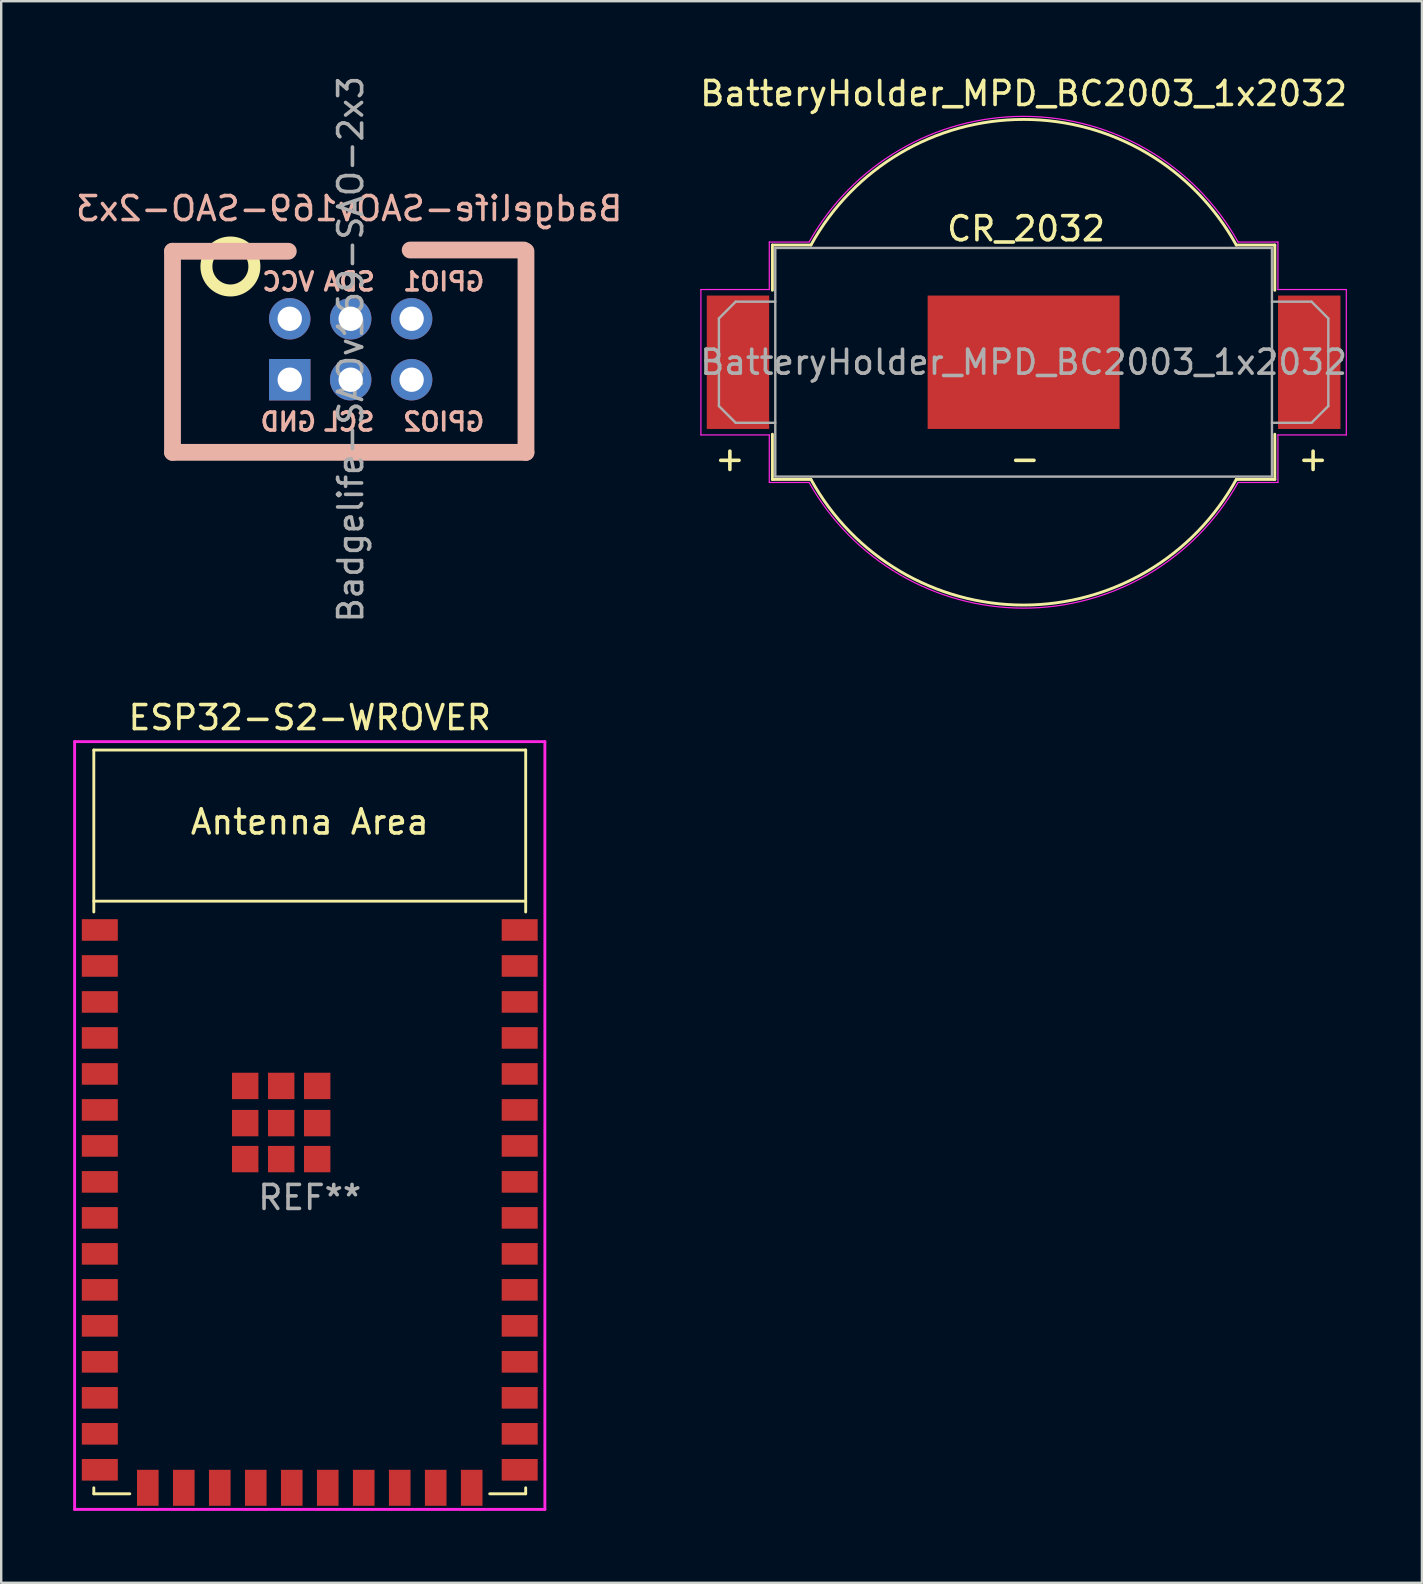
<source format=kicad_pcb>
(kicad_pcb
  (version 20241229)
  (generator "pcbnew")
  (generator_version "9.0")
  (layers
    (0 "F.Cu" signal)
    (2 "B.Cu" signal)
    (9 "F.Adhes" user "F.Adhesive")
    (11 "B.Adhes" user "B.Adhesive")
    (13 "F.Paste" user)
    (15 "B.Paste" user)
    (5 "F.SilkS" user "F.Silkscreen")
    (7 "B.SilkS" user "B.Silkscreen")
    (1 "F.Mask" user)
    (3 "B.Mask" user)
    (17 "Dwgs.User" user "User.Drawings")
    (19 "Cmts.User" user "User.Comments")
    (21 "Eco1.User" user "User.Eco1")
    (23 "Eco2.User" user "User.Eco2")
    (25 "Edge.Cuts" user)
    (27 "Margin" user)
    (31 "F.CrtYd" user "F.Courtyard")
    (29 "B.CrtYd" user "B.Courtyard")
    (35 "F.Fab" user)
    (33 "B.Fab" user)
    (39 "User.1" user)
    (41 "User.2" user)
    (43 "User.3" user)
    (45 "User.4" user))
  (footprint "ESP32-S2-WROVER"
    (layer "F.Cu")
    (at 9.86 46.86)
    (property "Reference" "ESP32-S2-WROVER" (at 0 -20 0) (layer "F.SilkS") (effects (font (size 1 1) (thickness 0.15))))
    (attr smd)
    (fp_line (start -9 -18.65) (end -9 -11.9) (stroke (width 0.12) (type solid)) (layer "F.SilkS"))
    (fp_line (start -9 -18.65) (end 9 -18.65) (stroke (width 0.12) (type solid)) (layer "F.SilkS"))
    (fp_line (start -9 12.35) (end -9 12.1) (stroke (width 0.12) (type solid)) (layer "F.SilkS"))
    (fp_line (start -9 12.35) (end -7.5 12.35) (stroke (width 0.12) (type solid)) (layer "F.SilkS"))
    (fp_line (start 9 -18.65) (end 9 -11.9) (stroke (width 0.12) (type solid)) (layer "F.SilkS"))
    (fp_line (start 9 -12.35) (end -9 -12.35) (stroke (width 0.12) (type solid)) (layer "F.SilkS"))
    (fp_line (start 9 12.35) (end 7.5 12.35) (stroke (width 0.12) (type solid)) (layer "F.SilkS"))
    (fp_line (start 9 12.35) (end 9 12.1) (stroke (width 0.12) (type solid)) (layer "F.SilkS"))
    (fp_line (start -9 -18.65) (end 9 -18.65) (stroke (width 0.12) (type solid)) (layer "Eco2.User"))
    (fp_line (start -9 -12.35) (end 9 -12.35) (stroke (width 0.12) (type solid)) (layer "Eco2.User"))
    (fp_line (start -9 12.35) (end -9 -18.65) (stroke (width 0.12) (type solid)) (layer "Eco2.User"))
    (fp_line (start 9 -18.65) (end 9 12.35) (stroke (width 0.12) (type solid)) (layer "Eco2.User"))
    (fp_line (start 9 12.35) (end -9 12.35) (stroke (width 0.12) (type solid)) (layer "Eco2.User"))
    (fp_line (start -9.8 -19) (end -9.8 13) (stroke (width 0.12) (type solid)) (layer "F.CrtYd"))
    (fp_line (start -9.8 -19) (end 9.8 -19) (stroke (width 0.12) (type solid)) (layer "F.CrtYd"))
    (fp_line (start -9.8 13) (end 9.8 13) (stroke (width 0.12) (type solid)) (layer "F.CrtYd"))
    (fp_line (start 9.8 -19) (end 9.8 13) (stroke (width 0.12) (type solid)) (layer "F.CrtYd"))
    (fp_text user "Antenna Area" (at 0 -15.65 0) (layer "F.SilkS") (effects (font (size 1 1) (thickness 0.15))))
    (fp_text user "Antenna Area" (at 0 -15.65 0) (layer "Eco2.User") (effects (font (size 1 1) (thickness 0.15))))
    (fp_text user "REF**" (at 0 0 0) (layer "F.Fab") (effects (font (size 1 1) (thickness 0.15))))
    (pad "1" smd rect (at -8.75 -11.15) (size 1.5 0.9) (layers "F.Cu" "F.Mask" "F.Paste"))
    (pad "2" smd rect (at -8.75 -9.65) (size 1.5 0.9) (layers "F.Cu" "F.Mask" "F.Paste"))
    (pad "3" smd rect (at -8.75 -8.15) (size 1.5 0.9) (layers "F.Cu" "F.Mask" "F.Paste"))
    (pad "4" smd rect (at -8.75 -6.65) (size 1.5 0.9) (layers "F.Cu" "F.Mask" "F.Paste"))
    (pad "5" smd rect (at -8.75 -5.15) (size 1.5 0.9) (layers "F.Cu" "F.Mask" "F.Paste"))
    (pad "6" smd rect (at -8.75 -3.65) (size 1.5 0.9) (layers "F.Cu" "F.Mask" "F.Paste"))
    (pad "7" smd rect (at -8.75 -2.15) (size 1.5 0.9) (layers "F.Cu" "F.Mask" "F.Paste"))
    (pad "8" smd rect (at -8.75 -0.65) (size 1.5 0.9) (layers "F.Cu" "F.Mask" "F.Paste"))
    (pad "9" smd rect (at -8.75 0.85) (size 1.5 0.9) (layers "F.Cu" "F.Mask" "F.Paste"))
    (pad "10" smd rect (at -8.75 2.35) (size 1.5 0.9) (layers "F.Cu" "F.Mask" "F.Paste"))
    (pad "11" smd rect (at -8.75 3.85) (size 1.5 0.9) (layers "F.Cu" "F.Mask" "F.Paste"))
    (pad "12" smd rect (at -8.75 5.35) (size 1.5 0.9) (layers "F.Cu" "F.Mask" "F.Paste"))
    (pad "13" smd rect (at -8.75 6.85) (size 1.5 0.9) (layers "F.Cu" "F.Mask" "F.Paste"))
    (pad "14" smd rect (at -8.75 8.35) (size 1.5 0.9) (layers "F.Cu" "F.Mask" "F.Paste"))
    (pad "15" smd rect (at -8.75 9.85) (size 1.5 0.9) (layers "F.Cu" "F.Mask" "F.Paste"))
    (pad "16" smd rect (at -8.75 11.35) (size 1.5 0.9) (layers "F.Cu" "F.Mask" "F.Paste"))
    (pad "17" smd rect (at -6.75 12.1 90) (size 1.5 0.9) (layers "F.Cu" "F.Mask" "F.Paste"))
    (pad "18" smd rect (at -5.25 12.1 90) (size 1.5 0.9) (layers "F.Cu" "F.Mask" "F.Paste"))
    (pad "19" smd rect (at -3.75 12.1 90) (size 1.5 0.9) (layers "F.Cu" "F.Mask" "F.Paste"))
    (pad "20" smd rect (at -2.25 12.1 90) (size 1.5 0.9) (layers "F.Cu" "F.Mask" "F.Paste"))
    (pad "21" smd rect (at -0.75 12.1 90) (size 1.5 0.9) (layers "F.Cu" "F.Mask" "F.Paste"))
    (pad "22" smd rect (at 0.75 12.1 90) (size 1.5 0.9) (layers "F.Cu" "F.Mask" "F.Paste"))
    (pad "23" smd rect (at 2.25 12.1 90) (size 1.5 0.9) (layers "F.Cu" "F.Mask" "F.Paste"))
    (pad "24" smd rect (at 3.75 12.1 90) (size 1.5 0.9) (layers "F.Cu" "F.Mask" "F.Paste"))
    (pad "25" smd rect (at 5.25 12.1 90) (size 1.5 0.9) (layers "F.Cu" "F.Mask" "F.Paste"))
    (pad "26" smd rect (at 6.75 12.1 90) (size 1.5 0.9) (layers "F.Cu" "F.Mask" "F.Paste"))
    (pad "27" smd rect (at 8.75 11.35 180) (size 1.5 0.9) (layers "F.Cu" "F.Mask" "F.Paste"))
    (pad "28" smd rect (at 8.75 9.85 180) (size 1.5 0.9) (layers "F.Cu" "F.Mask" "F.Paste"))
    (pad "29" smd rect (at 8.75 8.35 180) (size 1.5 0.9) (layers "F.Cu" "F.Mask" "F.Paste"))
    (pad "30" smd rect (at 8.75 6.85 180) (size 1.5 0.9) (layers "F.Cu" "F.Mask" "F.Paste"))
    (pad "31" smd rect (at 8.75 5.35 180) (size 1.5 0.9) (layers "F.Cu" "F.Mask" "F.Paste"))
    (pad "32" smd rect (at 8.75 3.85 180) (size 1.5 0.9) (layers "F.Cu" "F.Mask" "F.Paste"))
    (pad "33" smd rect (at 8.75 2.35 180) (size 1.5 0.9) (layers "F.Cu" "F.Mask" "F.Paste"))
    (pad "34" smd rect (at 8.75 0.85 180) (size 1.5 0.9) (layers "F.Cu" "F.Mask" "F.Paste"))
    (pad "35" smd rect (at 8.75 -0.65 180) (size 1.5 0.9) (layers "F.Cu" "F.Mask" "F.Paste"))
    (pad "36" smd rect (at 8.75 -2.15 180) (size 1.5 0.9) (layers "F.Cu" "F.Mask" "F.Paste"))
    (pad "37" smd rect (at 8.75 -3.65 180) (size 1.5 0.9) (layers "F.Cu" "F.Mask" "F.Paste"))
    (pad "38" smd rect (at 8.75 -5.15 180) (size 1.5 0.9) (layers "F.Cu" "F.Mask" "F.Paste"))
    (pad "39" smd rect (at 8.75 -6.65 180) (size 1.5 0.9) (layers "F.Cu" "F.Mask" "F.Paste"))
    (pad "40" smd rect (at 8.75 -8.15 180) (size 1.5 0.9) (layers "F.Cu" "F.Mask" "F.Paste"))
    (pad "41" smd rect (at 8.75 -9.65 180) (size 1.5 0.9) (layers "F.Cu" "F.Mask" "F.Paste"))
    (pad "42" smd rect (at 8.75 -11.15 180) (size 1.5 0.9) (layers "F.Cu" "F.Mask" "F.Paste"))
    (pad "43" smd rect (at -2.69 -4.65 180) (size 1.1 1.1) (layers "F.Cu" "F.Mask" "F.Paste"))
    (pad "43" smd rect (at -2.69 -3.1 180) (size 1.1 1.1) (layers "F.Cu" "F.Mask" "F.Paste"))
    (pad "43" smd rect (at -2.69 -1.6 180) (size 1.1 1.1) (layers "F.Cu" "F.Mask" "F.Paste"))
    (pad "43" smd rect (at -1.19 -4.65 180) (size 1.1 1.1) (layers "F.Cu" "F.Mask" "F.Paste"))
    (pad "43" smd rect (at -1.19 -3.1 180) (size 1.1 1.1) (layers "F.Cu" "F.Mask" "F.Paste"))
    (pad "43" smd rect (at -1.19 -1.6 180) (size 1.1 1.1) (layers "F.Cu" "F.Mask" "F.Paste"))
    (pad "43" smd rect (at 0.31 -4.65 180) (size 1.1 1.1) (layers "F.Cu" "F.Mask" "F.Paste"))
    (pad "43" smd rect (at 0.31 -3.1 180) (size 1.1 1.1) (layers "F.Cu" "F.Mask" "F.Paste"))
    (pad "43" smd rect (at 0.31 -1.6 180) (size 1.1 1.1) (layers "F.Cu" "F.Mask" "F.Paste")))
  (footprint "BatteryHolder_MPD_BC2003_1x2032"
    (layer "F.Cu")
    (at 39.613 12.048)
    (property "Reference" "BatteryHolder_MPD_BC2003_1x2032" (at 0 -11.2 0) (layer "F.SilkS") (effects (font (size 1 1) (thickness 0.15))))
    (attr smd)
    (fp_line (start -10.47 -4.885) (end -8.863 -4.885) (stroke (width 0.12) (type solid)) (layer "F.SilkS"))
    (fp_line (start -10.47 -3) (end -10.47 -4.885) (stroke (width 0.12) (type solid)) (layer "F.SilkS"))
    (fp_line (start -10.47 3) (end -10.47 4.885) (stroke (width 0.12) (type solid)) (layer "F.SilkS"))
    (fp_line (start -10.47 4.885) (end -8.863 4.885) (stroke (width 0.12) (type solid)) (layer "F.SilkS"))
    (fp_line (start 10.47 -4.885) (end 8.863 -4.885) (stroke (width 0.12) (type solid)) (layer "F.SilkS"))
    (fp_line (start 10.47 -3) (end 10.47 -4.885) (stroke (width 0.12) (type solid)) (layer "F.SilkS"))
    (fp_line (start 10.47 3) (end 10.47 4.885) (stroke (width 0.12) (type solid)) (layer "F.SilkS"))
    (fp_line (start 10.47 4.885) (end 8.863 4.885) (stroke (width 0.12) (type solid)) (layer "F.SilkS"))
    (fp_arc (start -8.86291 -4.885) (mid 0 -10.12) (end 8.86291 -4.885) (stroke (width 0.12) (type solid)) (layer "F.SilkS"))
    (fp_arc (start 8.865021 4.881168) (mid 0.002187 10.12) (end -8.86291 4.885) (stroke (width 0.12) (type solid)) (layer "F.SilkS"))
    (fp_line (start -13.45 -3.03) (end -13.45 3.03) (stroke (width 0.05) (type solid)) (layer "F.CrtYd"))
    (fp_line (start -13.45 3.03) (end -10.6 3.03) (stroke (width 0.05) (type solid)) (layer "F.CrtYd"))
    (fp_line (start -10.6 -5.01) (end -10.6 -3.03) (stroke (width 0.05) (type solid)) (layer "F.CrtYd"))
    (fp_line (start -10.6 -3.03) (end -13.45 -3.03) (stroke (width 0.05) (type solid)) (layer "F.CrtYd"))
    (fp_line (start -10.6 5.01) (end -10.6 3.03) (stroke (width 0.05) (type solid)) (layer "F.CrtYd"))
    (fp_line (start -10.6 5.01) (end -8.94 5.01) (stroke (width 0.05) (type solid)) (layer "F.CrtYd"))
    (fp_line (start -8.94 -5.01) (end -10.6 -5.01) (stroke (width 0.05) (type solid)) (layer "F.CrtYd"))
    (fp_line (start 8.94 -5.01) (end 10.6 -5.01) (stroke (width 0.05) (type solid)) (layer "F.CrtYd"))
    (fp_line (start 8.94 5.01) (end 10.6 5.01) (stroke (width 0.05) (type solid)) (layer "F.CrtYd"))
    (fp_line (start 10.6 -5.01) (end 10.6 -3.03) (stroke (width 0.05) (type solid)) (layer "F.CrtYd"))
    (fp_line (start 10.6 -3.03) (end 13.45 -3.03) (stroke (width 0.05) (type solid)) (layer "F.CrtYd"))
    (fp_line (start 10.6 3.03) (end 13.45 3.03) (stroke (width 0.05) (type solid)) (layer "F.CrtYd"))
    (fp_line (start 10.6 5.01) (end 10.6 3.03) (stroke (width 0.05) (type solid)) (layer "F.CrtYd"))
    (fp_line (start 13.45 -3.03) (end 13.45 3.03) (stroke (width 0.05) (type solid)) (layer "F.CrtYd"))
    (fp_arc (start -8.934116 -5.020486) (mid 0.006012 -10.248106) (end 8.94 -5.01) (stroke (width 0.05) (type solid)) (layer "F.CrtYd"))
    (fp_arc (start 8.92534 5.036071) (mid -0.014955 10.248096) (end -8.94 5.01) (stroke (width 0.05) (type solid)) (layer "F.CrtYd"))
    (fp_line (start -12.7 -1.825) (end -12.7 1.825) (stroke (width 0.1) (type solid)) (layer "F.Fab"))
    (fp_line (start -12.7 -1.825) (end -12 -2.525) (stroke (width 0.1) (type solid)) (layer "F.Fab"))
    (fp_line (start -12.7 1.825) (end -12 2.525) (stroke (width 0.1) (type solid)) (layer "F.Fab"))
    (fp_line (start -10.35 -4.765) (end 10.35 -4.765) (stroke (width 0.1) (type solid)) (layer "F.Fab"))
    (fp_line (start -10.35 -2.525) (end -12 -2.525) (stroke (width 0.1) (type solid)) (layer "F.Fab"))
    (fp_line (start -10.35 2.525) (end -12 2.525) (stroke (width 0.1) (type solid)) (layer "F.Fab"))
    (fp_line (start -10.35 4.765) (end -10.35 -4.765) (stroke (width 0.1) (type solid)) (layer "F.Fab"))
    (fp_line (start -10.35 4.765) (end 10.35 4.765) (stroke (width 0.1) (type solid)) (layer "F.Fab"))
    (fp_line (start 10.35 -2.525) (end 12 -2.525) (stroke (width 0.1) (type solid)) (layer "F.Fab"))
    (fp_line (start 10.35 2.525) (end 12 2.525) (stroke (width 0.1) (type solid)) (layer "F.Fab"))
    (fp_line (start 10.35 4.765) (end 10.35 -4.765) (stroke (width 0.1) (type solid)) (layer "F.Fab"))
    (fp_line (start 12.7 -1.825) (end 12 -2.525) (stroke (width 0.1) (type solid)) (layer "F.Fab"))
    (fp_line (start 12.7 -1.825) (end 12.7 1.825) (stroke (width 0.1) (type solid)) (layer "F.Fab"))
    (fp_line (start 12.7 1.825) (end 12 2.525) (stroke (width 0.1) (type solid)) (layer "F.Fab"))
    (fp_text user "-" (at 0.051 4.013 0) (layer "F.SilkS") (effects (font (size 1 1) (thickness 0.15))))
    (fp_text user "+" (at 12.065 4.013 0) (layer "F.SilkS") (effects (font (size 1 1) (thickness 0.15))))
    (fp_text user "+" (at -12.243 4.013 0) (layer "F.SilkS") (effects (font (size 1 1) (thickness 0.15))))
    (fp_text user "CR_2032" (at 0.102 -5.563 0) (layer "F.SilkS") (effects (font (size 1 1) (thickness 0.15))))
    (fp_text user "${REFERENCE}" (at 0 0 0) (layer "F.Fab") (effects (font (size 1 1) (thickness 0.15))))
    (pad "1" smd rect (at -11.905 0) (size 2.6 5.56) (layers "F.Cu" "F.Mask" "F.Paste"))
    (pad "1" smd rect (at 11.905 0) (size 2.6 5.56) (layers "F.Cu" "F.Mask" "F.Paste"))
    (pad "2" smd rect (at 0 0) (size 8 5.56) (layers "F.Cu" "F.Mask" "F.Paste")))
  (footprint "Badgelife-SAOv169-SAO-2x3"
    (layer "F.Cu")
    (at 11.506 11.486)
    (property "Reference" "Badgelife-SAOv169-SAO-2x3" (at 0 -5.842 0) (layer "B.SilkS") (effects (font (size 1 1) (thickness 0.15)) (justify mirror)))
    (attr through_hole)
    (fp_circle (center -4.953 -3.429) (end -3.953 -3.429) (stroke (width 0.5) (type solid)) (fill no) (layer "F.SilkS"))
    (fp_line (start -7.366 -4.064) (end -7.366 4.318) (stroke (width 0.7) (type solid)) (layer "B.SilkS"))
    (fp_line (start -7.366 4.318) (end 7.366 4.318) (stroke (width 0.7) (type solid)) (layer "B.SilkS"))
    (fp_line (start -2.54 -4.064) (end -7.366 -4.064) (stroke (width 0.7) (type solid)) (layer "B.SilkS"))
    (fp_line (start 7.28 -4.115) (end 2.54 -4.115) (stroke (width 0.7) (type solid)) (layer "B.SilkS"))
    (fp_line (start 7.366 4.318) (end 7.366 -4.064) (stroke (width 0.7) (type solid)) (layer "B.SilkS"))
    (fp_text user "GPIO2" (at 3.937 3.048 0) (layer "B.SilkS") (effects (font (size 0.75 0.75) (thickness 0.15)) (justify mirror)))
    (fp_text user "GPIO1" (at 3.937 -2.794 0) (unlocked yes) (layer "B.SilkS") (effects (font (size 0.75 0.75) (thickness 0.15)) (justify mirror)))
    (fp_text user "SCL" (at 0 3.048 0) (layer "B.SilkS") (effects (font (size 0.75 0.75) (thickness 0.15)) (justify mirror)))
    (fp_text user "VCC" (at -2.54 -2.794 0) (unlocked yes) (layer "B.SilkS") (effects (font (size 0.75 0.75) (thickness 0.15)) (justify mirror)))
    (fp_text user "SDA" (at 0 -2.794 0) (unlocked yes) (layer "B.SilkS") (effects (font (size 0.75 0.75) (thickness 0.15)) (justify mirror)))
    (fp_text user "GND" (at -2.54 3.048 0) (unlocked yes) (layer "B.SilkS") (effects (font (size 0.75 0.75) (thickness 0.15)) (justify mirror)))
    (fp_text user "${REFERENCE}" (at 0.06 0.02 270) (layer "F.Fab") (effects (font (size 1 1) (thickness 0.15))))
    (pad "1" thru_hole oval (at -2.48 -1.25 270) (size 1.727 1.727) (drill 1.016) (layers "*.Cu" "*.Mask"))
    (pad "2" thru_hole rect (at -2.48 1.29 270) (size 1.727 1.727) (drill 1.016) (layers "*.Cu" "*.Mask"))
    (pad "3" thru_hole oval (at 0.06 -1.25 270) (size 1.727 1.727) (drill 1.016) (layers "*.Cu" "*.Mask"))
    (pad "4" thru_hole oval (at 0.06 1.29 270) (size 1.727 1.727) (drill 1.016) (layers "*.Cu" "*.Mask"))
    (pad "5" thru_hole circle (at 2.6 -1.25 270) (size 1.727 1.727) (drill 1.016) (layers "*.Cu" "*.Mask"))
    (pad "6" thru_hole circle (at 2.6 1.29 270) (size 1.727 1.727) (drill 1.016) (layers "*.Cu" "*.Mask")))
  (gr_rect
    (start -3 -3)
    (end 56.214 62.92)
    (stroke (width 0.1) (type default))
    (fill no)
    (layer "Edge.Cuts")))
</source>
